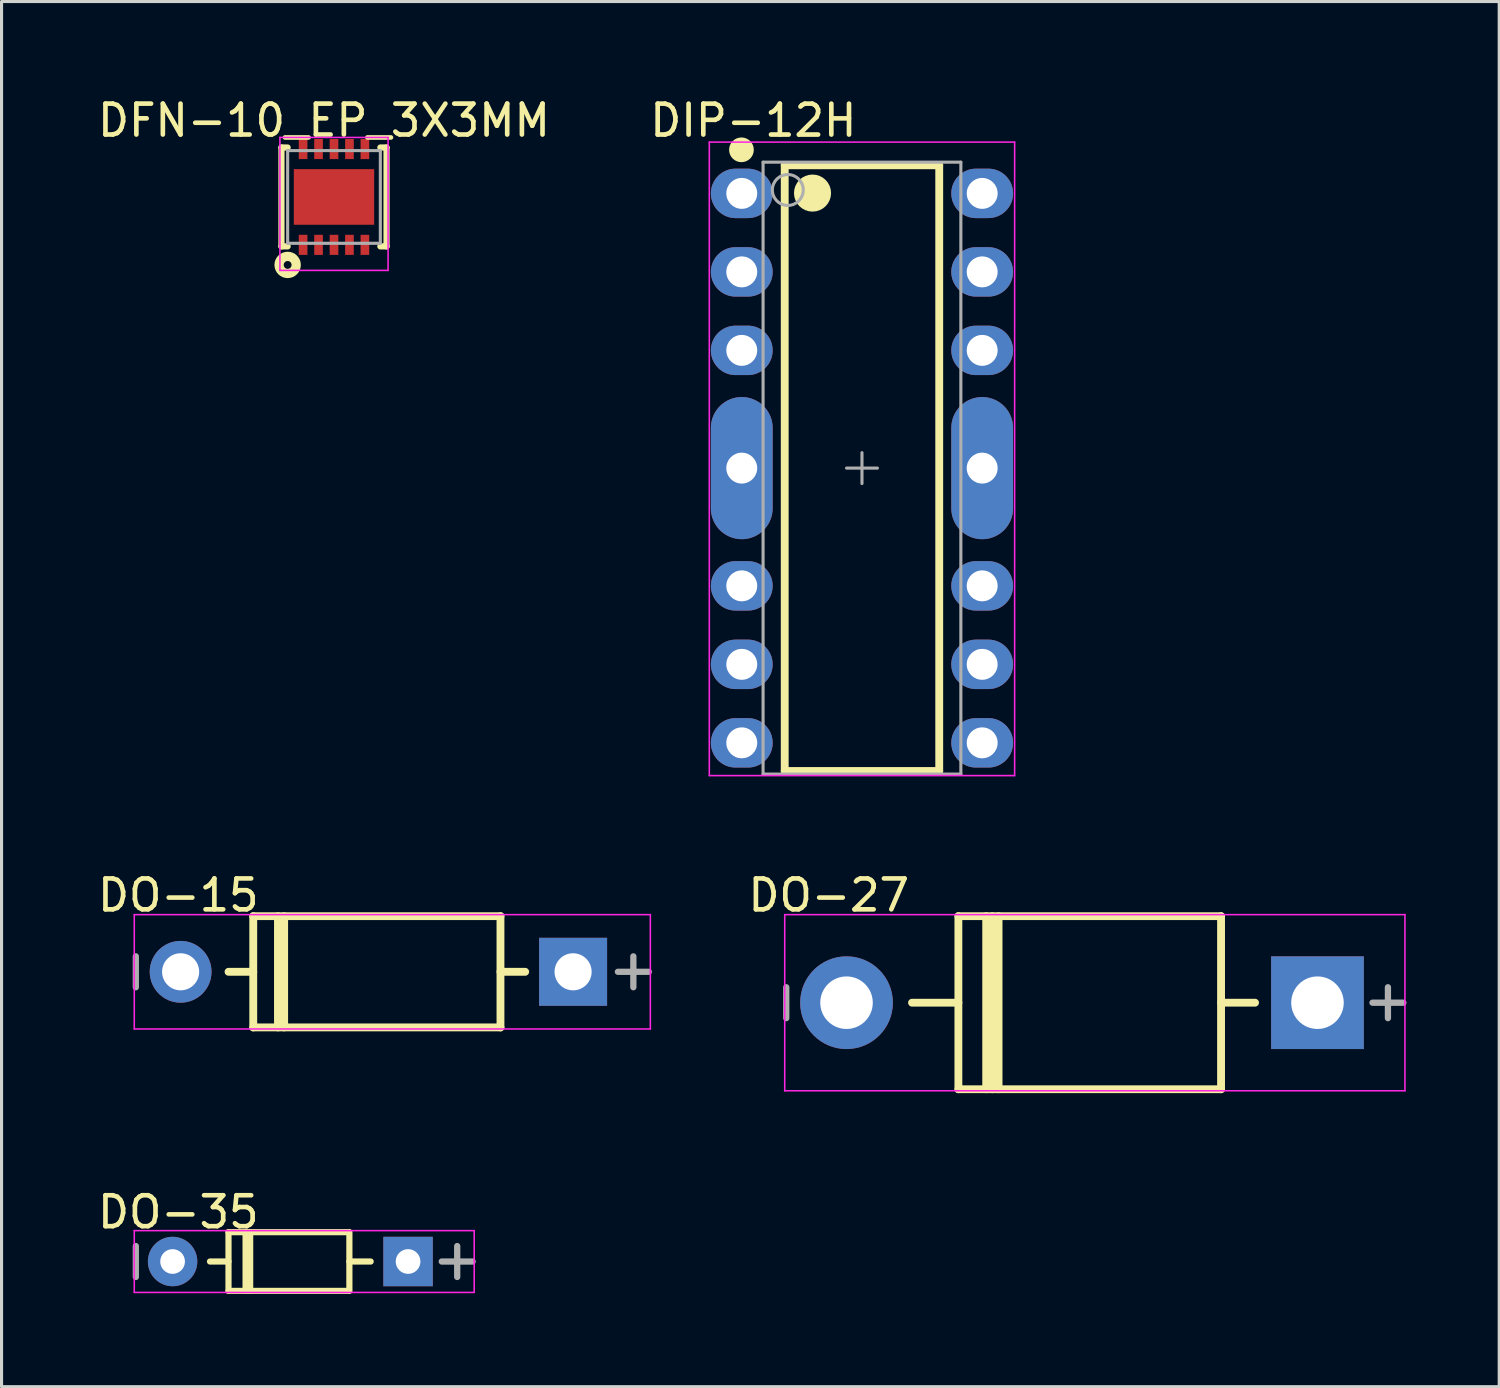
<source format=kicad_pcb>
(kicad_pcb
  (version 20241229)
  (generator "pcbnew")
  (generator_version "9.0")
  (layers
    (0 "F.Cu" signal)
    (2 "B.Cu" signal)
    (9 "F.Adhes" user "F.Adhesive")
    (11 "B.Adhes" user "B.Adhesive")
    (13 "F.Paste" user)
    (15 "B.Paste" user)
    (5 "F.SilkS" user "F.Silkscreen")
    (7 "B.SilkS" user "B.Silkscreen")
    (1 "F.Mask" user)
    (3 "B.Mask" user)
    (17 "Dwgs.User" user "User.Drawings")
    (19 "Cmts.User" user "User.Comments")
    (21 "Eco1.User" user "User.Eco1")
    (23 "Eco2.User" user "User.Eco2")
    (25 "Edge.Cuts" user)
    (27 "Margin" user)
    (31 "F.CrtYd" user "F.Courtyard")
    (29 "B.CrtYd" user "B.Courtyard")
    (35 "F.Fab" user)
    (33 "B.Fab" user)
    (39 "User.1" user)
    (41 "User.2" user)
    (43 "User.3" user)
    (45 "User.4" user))
  (footprint "DO-35"
    (layer "F.Cu")
    (at 6.345 37.772)
    (property "Reference" "DO-35" (at -3.625 -1.599 0) (layer "F.SilkS") (effects (font (size 1 1) (thickness 0.15))))
    (attr through_hole)
    (fp_line (start -2.6 0) (end -2.001 0) (stroke (width 0.2) (type solid)) (layer "F.SilkS"))
    (fp_line (start -2.001 -0.95) (end 1.899 -0.95) (stroke (width 0.2) (type solid)) (layer "F.SilkS"))
    (fp_line (start -2.001 0.95) (end -2.001 -0.95) (stroke (width 0.2) (type solid)) (layer "F.SilkS"))
    (fp_line (start -2.001 0.95) (end 1.899 0.95) (stroke (width 0.2) (type solid)) (layer "F.SilkS"))
    (fp_line (start -1.448 0.95) (end -1.448 -0.95) (stroke (width 0.2) (type solid)) (layer "F.SilkS"))
    (fp_line (start -1.3 0.95) (end -1.3 -0.95) (stroke (width 0.2) (type solid)) (layer "F.SilkS"))
    (fp_line (start 1.911 0) (end 2.6 0) (stroke (width 0.2) (type solid)) (layer "F.SilkS"))
    (fp_line (start 1.911 0.95) (end 1.911 -0.95) (stroke (width 0.2) (type solid)) (layer "F.SilkS"))
    (fp_line (start -5.05 -1) (end 5.95 -1) (stroke (width 0.05) (type solid)) (layer "F.CrtYd"))
    (fp_line (start -5.05 1) (end -5.05 -1) (stroke (width 0.05) (type solid)) (layer "F.CrtYd"))
    (fp_line (start 5.95 -1) (end 5.95 1) (stroke (width 0.05) (type solid)) (layer "F.CrtYd"))
    (fp_line (start 5.95 1) (end -5.05 1) (stroke (width 0.05) (type solid)) (layer "F.CrtYd"))
    (fp_line (start -5 0.5) (end -5 -0.5) (stroke (width 0.203) (type solid)) (layer "F.Fab"))
    (fp_line (start 4.9 0) (end 5.9 0) (stroke (width 0.203) (type solid)) (layer "F.Fab"))
    (fp_line (start 5.4 0.5) (end 5.4 -0.5) (stroke (width 0.203) (type solid)) (layer "F.Fab"))
    (pad "1" thru_hole rect (at 3.81 0) (size 1.6 1.6) (drill 0.8) (layers "*.Cu" "*.Mask"))
    (pad "2" thru_hole oval (at -3.81 0) (size 1.6 1.6) (drill 0.8) (layers "*.Cu" "*.Mask")))
  (footprint "DO-27"
    (layer "F.Cu")
    (at 31.963 29.397)
    (property "Reference" "DO-27" (at -8.195 -3.476 0) (layer "F.SilkS") (effects (font (size 1 1) (thickness 0.15))))
    (attr through_hole)
    (fp_line (start -5.5 0) (end -4 0) (stroke (width 0.254) (type solid)) (layer "F.SilkS"))
    (fp_line (start -4 -2.8) (end 4.5 -2.8) (stroke (width 0.254) (type solid)) (layer "F.SilkS"))
    (fp_line (start -4 2.8) (end -4 -2.8) (stroke (width 0.254) (type solid)) (layer "F.SilkS"))
    (fp_line (start -4 2.8) (end 4.5 2.8) (stroke (width 0.254) (type solid)) (layer "F.SilkS"))
    (fp_line (start -3.1 2.8) (end -3.1 -2.8) (stroke (width 0.254) (type solid)) (layer "F.SilkS"))
    (fp_line (start -2.9 2.8) (end -2.9 -2.8) (stroke (width 0.254) (type solid)) (layer "F.SilkS"))
    (fp_line (start -2.7 2.8) (end -2.7 -2.8) (stroke (width 0.254) (type solid)) (layer "F.SilkS"))
    (fp_line (start 4.5 0) (end 5.6 0) (stroke (width 0.254) (type solid)) (layer "F.SilkS"))
    (fp_line (start 4.5 2.8) (end 4.5 -2.8) (stroke (width 0.254) (type solid)) (layer "F.SilkS"))
    (fp_line (start -9.62 -2.85) (end 10.45 -2.85) (stroke (width 0.05) (type solid)) (layer "F.CrtYd"))
    (fp_line (start -9.62 2.85) (end -9.62 -2.85) (stroke (width 0.05) (type solid)) (layer "F.CrtYd"))
    (fp_line (start 10.45 -2.85) (end 10.45 2.85) (stroke (width 0.05) (type solid)) (layer "F.CrtYd"))
    (fp_line (start 10.45 2.85) (end -9.62 2.85) (stroke (width 0.05) (type solid)) (layer "F.CrtYd"))
    (fp_line (start -9.57 0.5) (end -9.57 -0.5) (stroke (width 0.203) (type solid)) (layer "F.Fab"))
    (fp_line (start 9.4 0) (end 10.4 0) (stroke (width 0.203) (type solid)) (layer "F.Fab"))
    (fp_line (start 9.9 0.5) (end 9.9 -0.5) (stroke (width 0.203) (type solid)) (layer "F.Fab"))
    (pad "1" thru_hole rect (at 7.62 0) (size 3 3) (drill 1.7) (layers "*.Cu" "*.Mask"))
    (pad "2" thru_hole oval (at -7.62 0) (size 3 3) (drill 1.7) (layers "*.Cu" "*.Mask")))
  (footprint "DFN-10_EP_3X3MM"
    (layer "F.Cu")
    (at 7.758 3.323)
    (property "Reference" "DFN-10_EP_3X3MM" (at -0.324 -2.475 0) (layer "F.SilkS") (effects (font (size 1 1) (thickness 0.15))))
    (attr through_hole)
    (fp_line (start -1.7 -1.6) (end -1.5 -1.6) (stroke (width 0.2) (type solid)) (layer "F.SilkS"))
    (fp_line (start -1.7 1.6) (end -1.7 -1.6) (stroke (width 0.2) (type solid)) (layer "F.SilkS"))
    (fp_line (start -1.7 1.6) (end -1.5 1.6) (stroke (width 0.2) (type solid)) (layer "F.SilkS"))
    (fp_line (start 1.5 -1.6) (end 1.7 -1.6) (stroke (width 0.2) (type solid)) (layer "F.SilkS"))
    (fp_line (start 1.5 1.6) (end 1.7 1.6) (stroke (width 0.2) (type solid)) (layer "F.SilkS"))
    (fp_line (start 1.7 1.6) (end 1.7 -1.6) (stroke (width 0.2) (type solid)) (layer "F.SilkS"))
    (fp_circle (center -1.5 2.2) (end -1.373 2.2) (stroke (width 0.3) (type solid)) (fill no) (layer "F.SilkS"))
    (fp_line (start -1.75 -1.925) (end 1.75 -1.925) (stroke (width 0.05) (type solid)) (layer "F.CrtYd"))
    (fp_line (start -1.75 2.377) (end -1.75 -1.925) (stroke (width 0.05) (type solid)) (layer "F.CrtYd"))
    (fp_line (start 1.75 -1.925) (end 1.75 2.377) (stroke (width 0.05) (type solid)) (layer "F.CrtYd"))
    (fp_line (start 1.75 2.377) (end -1.75 2.377) (stroke (width 0.05) (type solid)) (layer "F.CrtYd"))
    (fp_line (start -1.5 -1.5) (end 1.5 -1.5) (stroke (width 0.1) (type solid)) (layer "F.Fab"))
    (fp_line (start -1.5 1.5) (end -1.5 -1.5) (stroke (width 0.1) (type solid)) (layer "F.Fab"))
    (fp_line (start -1.5 1.5) (end 1.5 1.5) (stroke (width 0.1) (type solid)) (layer "F.Fab"))
    (fp_line (start 1.5 1.5) (end 1.5 -1.5) (stroke (width 0.1) (type solid)) (layer "F.Fab"))
    (pad "0" smd rect (at 0 0 90) (size 1.8 2.6) (layers "F.Cu" "F.Mask" "F.Paste"))
    (pad "1" smd rect (at -1 1.55) (size 0.28 0.65) (layers "F.Cu" "F.Mask" "F.Paste"))
    (pad "2" smd rect (at -0.5 1.55) (size 0.28 0.65) (layers "F.Cu" "F.Mask" "F.Paste"))
    (pad "3" smd rect (at 0 1.55) (size 0.28 0.65) (layers "F.Cu" "F.Mask" "F.Paste"))
    (pad "4" smd rect (at 0.5 1.55) (size 0.28 0.65) (layers "F.Cu" "F.Mask" "F.Paste"))
    (pad "5" smd rect (at 1 1.55) (size 0.28 0.65) (layers "F.Cu" "F.Mask" "F.Paste"))
    (pad "6" smd rect (at 1 -1.55) (size 0.28 0.65) (layers "F.Cu" "F.Mask" "F.Paste"))
    (pad "7" smd rect (at 0.5 -1.55) (size 0.28 0.65) (layers "F.Cu" "F.Mask" "F.Paste"))
    (pad "8" smd rect (at 0 -1.55) (size 0.28 0.65) (layers "F.Cu" "F.Mask" "F.Paste"))
    (pad "9" smd rect (at -0.5 -1.55) (size 0.28 0.65) (layers "F.Cu" "F.Mask" "F.Paste"))
    (pad "10" smd rect (at -1 -1.55) (size 0.28 0.65) (layers "F.Cu" "F.Mask" "F.Paste")))
  (footprint "DO-15"
    (layer "F.Cu")
    (at 9.145 28.397)
    (property "Reference" "DO-15" (at -6.425 -2.476 0) (layer "F.SilkS") (effects (font (size 1 1) (thickness 0.15))))
    (attr through_hole)
    (fp_line (start -4.8 0) (end -4 0) (stroke (width 0.254) (type solid)) (layer "F.SilkS"))
    (fp_line (start -4 -1.8) (end 4 -1.8) (stroke (width 0.254) (type solid)) (layer "F.SilkS"))
    (fp_line (start -4 1.8) (end -4 -1.8) (stroke (width 0.254) (type solid)) (layer "F.SilkS"))
    (fp_line (start -4 1.8) (end 4 1.8) (stroke (width 0.254) (type solid)) (layer "F.SilkS"))
    (fp_line (start -3.2 1.8) (end -3.2 -1.8) (stroke (width 0.254) (type solid)) (layer "F.SilkS"))
    (fp_line (start -3 1.8) (end -3 -1.8) (stroke (width 0.254) (type solid)) (layer "F.SilkS"))
    (fp_line (start 4 0) (end 4.8 0) (stroke (width 0.254) (type solid)) (layer "F.SilkS"))
    (fp_line (start 4 1.8) (end 4 -1.8) (stroke (width 0.254) (type solid)) (layer "F.SilkS"))
    (fp_line (start -7.85 -1.85) (end 8.85 -1.85) (stroke (width 0.05) (type solid)) (layer "F.CrtYd"))
    (fp_line (start -7.85 1.85) (end -7.85 -1.85) (stroke (width 0.05) (type solid)) (layer "F.CrtYd"))
    (fp_line (start 8.85 -1.85) (end 8.85 1.85) (stroke (width 0.05) (type solid)) (layer "F.CrtYd"))
    (fp_line (start 8.85 1.85) (end -7.85 1.85) (stroke (width 0.05) (type solid)) (layer "F.CrtYd"))
    (fp_line (start -7.8 0.5) (end -7.8 -0.5) (stroke (width 0.203) (type solid)) (layer "F.Fab"))
    (fp_line (start 7.8 0) (end 8.8 0) (stroke (width 0.203) (type solid)) (layer "F.Fab"))
    (fp_line (start 8.3 0.5) (end 8.3 -0.5) (stroke (width 0.203) (type solid)) (layer "F.Fab"))
    (pad "1" thru_hole rect (at 6.35 0 180) (size 2.2 2.2) (drill 1.2) (layers "*.Cu" "*.Mask"))
    (pad "2" thru_hole oval (at -6.35 0 180) (size 2 2) (drill 1.2) (layers "*.Cu" "*.Mask")))
  (footprint "DIP-12H"
    (layer "F.Cu")
    (at 24.843 12.098)
    (property "Reference" "DIP-12H" (at -3.515 -11.249 0) (layer "F.SilkS") (effects (font (size 1 1) (thickness 0.15))))
    (attr through_hole)
    (fp_line (start -2.5 -9.8) (end 2.5 -9.8) (stroke (width 0.254) (type solid)) (layer "F.SilkS"))
    (fp_line (start -2.5 9.8) (end -2.5 -9.8) (stroke (width 0.254) (type solid)) (layer "F.SilkS"))
    (fp_line (start -2.5 9.8) (end 2.5 9.8) (stroke (width 0.254) (type solid)) (layer "F.SilkS"))
    (fp_line (start 2.5 9.8) (end 2.5 -9.8) (stroke (width 0.254) (type solid)) (layer "F.SilkS"))
    (fp_circle (center -3.9 -10.3) (end -3.7 -10.3) (stroke (width 0.4) (type solid)) (fill no) (layer "F.SilkS"))
    (fp_circle (center -1.6 -8.9) (end -1.3 -8.9) (stroke (width 0.6) (type solid)) (fill no) (layer "F.SilkS"))
    (fp_line (start -4.94 -10.55) (end 4.94 -10.55) (stroke (width 0.05) (type solid)) (layer "F.CrtYd"))
    (fp_line (start -4.94 9.95) (end -4.94 -10.55) (stroke (width 0.05) (type solid)) (layer "F.CrtYd"))
    (fp_line (start 4.94 -10.55) (end 4.94 9.95) (stroke (width 0.05) (type solid)) (layer "F.CrtYd"))
    (fp_line (start 4.94 9.95) (end -4.94 9.95) (stroke (width 0.05) (type solid)) (layer "F.CrtYd"))
    (fp_line (start -3.2 -9.9) (end 3.2 -9.9) (stroke (width 0.1) (type solid)) (layer "F.Fab"))
    (fp_line (start -3.2 9.9) (end -3.2 -9.9) (stroke (width 0.1) (type solid)) (layer "F.Fab"))
    (fp_line (start -3.2 9.9) (end 3.2 9.9) (stroke (width 0.1) (type solid)) (layer "F.Fab"))
    (fp_line (start -0.5 0) (end 0.5 0) (stroke (width 0.1) (type solid)) (layer "F.Fab"))
    (fp_line (start 0 0.5) (end 0 -0.5) (stroke (width 0.1) (type solid)) (layer "F.Fab"))
    (fp_line (start 3.2 9.9) (end 3.2 -9.9) (stroke (width 0.1) (type solid)) (layer "F.Fab"))
    (fp_circle (center -2.4 -9) (end -1.9 -9) (stroke (width 0.1) (type solid)) (fill no) (layer "F.Fab"))
    (pad "0" thru_hole oval (at -3.89 0) (size 2 4.6) (drill 1) (layers "*.Cu" "*.Mask"))
    (pad "0" thru_hole oval (at 3.89 0) (size 2 4.6) (drill 1) (layers "*.Cu" "*.Mask"))
    (pad "1" thru_hole oval (at -3.89 -8.89) (size 2 1.6) (drill 1) (layers "*.Cu" "*.Mask"))
    (pad "2" thru_hole oval (at -3.89 -6.35) (size 2 1.6) (drill 1) (layers "*.Cu" "*.Mask"))
    (pad "3" thru_hole oval (at -3.89 -3.81) (size 2 1.6) (drill 1) (layers "*.Cu" "*.Mask"))
    (pad "4" thru_hole oval (at -3.89 3.81) (size 2 1.6) (drill 1) (layers "*.Cu" "*.Mask"))
    (pad "5" thru_hole oval (at -3.89 6.35) (size 2 1.6) (drill 1) (layers "*.Cu" "*.Mask"))
    (pad "6" thru_hole oval (at -3.89 8.89) (size 2 1.6) (drill 1) (layers "*.Cu" "*.Mask"))
    (pad "7" thru_hole oval (at 3.89 8.89) (size 2 1.6) (drill 1) (layers "*.Cu" "*.Mask"))
    (pad "8" thru_hole oval (at 3.89 6.35) (size 2 1.6) (drill 1) (layers "*.Cu" "*.Mask"))
    (pad "9" thru_hole oval (at 3.89 3.81) (size 2 1.6) (drill 1) (layers "*.Cu" "*.Mask"))
    (pad "10" thru_hole oval (at 3.89 -3.81) (size 2 1.6) (drill 1) (layers "*.Cu" "*.Mask"))
    (pad "11" thru_hole oval (at 3.89 -6.35) (size 2 1.6) (drill 1) (layers "*.Cu" "*.Mask"))
    (pad "12" thru_hole oval (at 3.89 -8.89) (size 2 1.6) (drill 1) (layers "*.Cu" "*.Mask")))
  (gr_rect
    (start -3 -3)
    (end 45.464 41.822)
    (stroke (width 0.1) (type default))
    (fill no)
    (layer "Edge.Cuts")))
</source>
